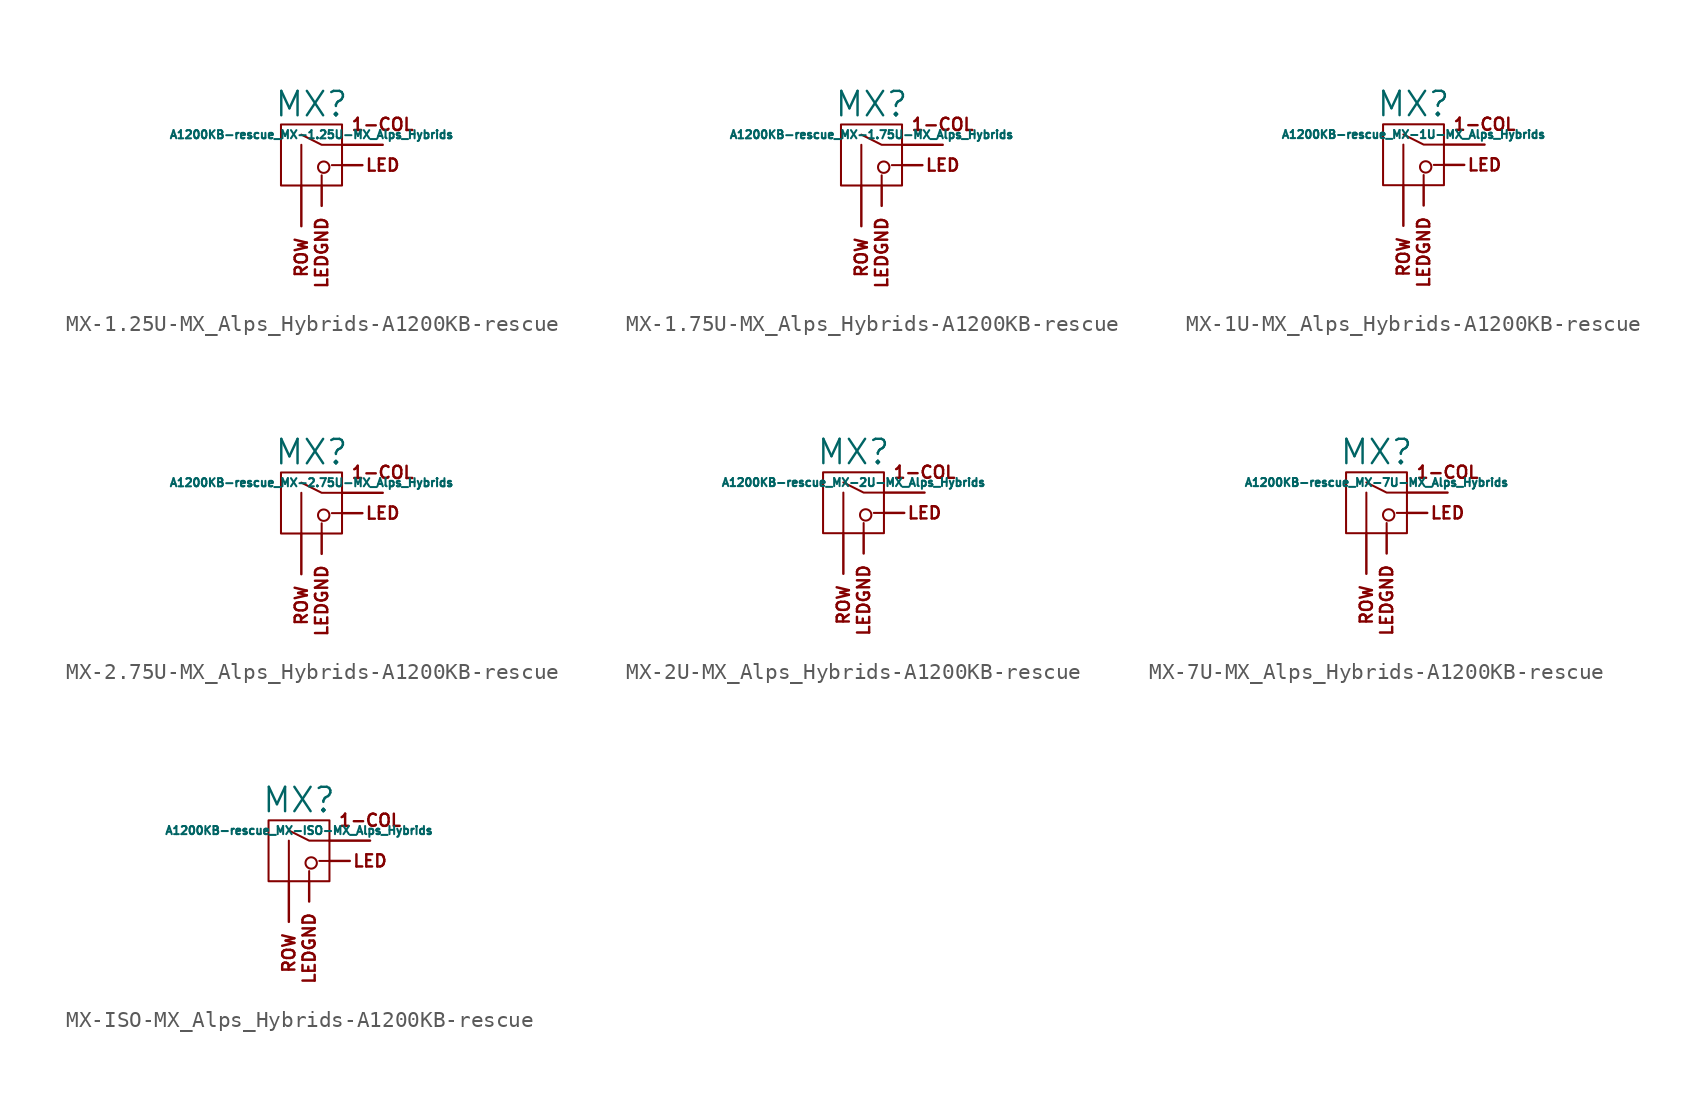
<source format=kicad_sym>
(kicad_symbol_lib
  (version 20220914)
  (generator kicad_symbol_editor)
  (symbol "MX-1.25U-MX_Alps_Hybrids-A1200KB-rescue"
    (pin_names
      (offset 1.016))
    (property "Reference" "MX"
      (at 0 3.175 0)
      (effects (font (size 1.524 1.524))))
    (property "Value" "A1200KB-rescue_MX-1.25U-MX_Alps_Hybrids"
      (at 0 1.27 0)
      (effects (font (size 0.508 0.508))))
    (symbol "MX-1.25U-MX_Alps_Hybrids-A1200KB-rescue_0_0"
      (polyline (pts (xy -0.635 -1.905) (xy -0.635 0.635)) (stroke (width 0.127) (type solid)) (fill (type none)))
      (polyline (pts (xy 0.635 -1.905) (xy 0.635 -1.27)) (stroke (width 0.127) (type solid)) (fill (type none)))
      (polyline (pts (xy 1.905 -0.635) (xy 1.27 -0.635)) (stroke (width 0.127) (type solid)) (fill (type none)))
      (polyline (pts (xy 1.905 0.635) (xy 0.635 0.635) (xy -0.635 1.27)) (stroke (width 0.127) (type solid)) (fill (type none)))
      (circle (center 0.762 -0.762) (radius 0.356) (stroke (width 0.127) (type solid)) (fill (type none)))
      (rectangle (start 1.905 -1.905) (end -1.905 1.905) (stroke (width 0.127) (type solid)) (fill (type none)))
      (text "1-COL" (at 4.445 1.905 0) (effects (font (size 0.762 0.762))))
      (text "LED" (at 4.445 -0.635 0) (effects (font (size 0.762 0.762))))
      (text "ROW" (at -0.635 -5.08 900) (effects (font (size 0.762 0.762)) (justify right))))
    (symbol "MX-1.25U-MX_Alps_Hybrids-A1200KB-rescue_1_0"
      (text "LEDGND" (at 0.635 -3.81 900) (effects (font (size 0.762 0.762)) (justify right))))
    (symbol "MX-1.25U-MX_Alps_Hybrids-A1200KB-rescue_1_1"
      (pin passive line (at 4.445 0.635 180) (length 2.54) (name "COL" (effects (font (size 0 0)))) (number "1" (effects (font (size 0 0)))))
      (pin passive line (at -0.635 -4.445 90) (length 2.54) (name "ROW" (effects (font (size 0 0)))) (number "2" (effects (font (size 0 0)))))
      (pin passive line (at 3.175 -0.635 180) (length 1.27) (name "LED" (effects (font (size 0 0)))) (number "3" (effects (font (size 0 0)))))
      (pin passive line (at 0.635 -3.175 90) (length 1.27) (name "LEDGND" (effects (font (size 0 0)))) (number "4" (effects (font (size 0 0)))))))
  (symbol "MX-1.75U-MX_Alps_Hybrids-A1200KB-rescue"
    (pin_names
      (offset 1.016))
    (property "Reference" "MX"
      (at 0 3.175 0)
      (effects (font (size 1.524 1.524))))
    (property "Value" "A1200KB-rescue_MX-1.75U-MX_Alps_Hybrids"
      (at 0 1.27 0)
      (effects (font (size 0.508 0.508))))
    (symbol "MX-1.75U-MX_Alps_Hybrids-A1200KB-rescue_0_0"
      (polyline (pts (xy -0.635 -1.905) (xy -0.635 0.635)) (stroke (width 0.127) (type solid)) (fill (type none)))
      (polyline (pts (xy 0.635 -1.905) (xy 0.635 -1.27)) (stroke (width 0.127) (type solid)) (fill (type none)))
      (polyline (pts (xy 1.905 -0.635) (xy 1.27 -0.635)) (stroke (width 0.127) (type solid)) (fill (type none)))
      (polyline (pts (xy 1.905 0.635) (xy 0.635 0.635) (xy -0.635 1.27)) (stroke (width 0.127) (type solid)) (fill (type none)))
      (circle (center 0.762 -0.762) (radius 0.356) (stroke (width 0.127) (type solid)) (fill (type none)))
      (rectangle (start 1.905 -1.905) (end -1.905 1.905) (stroke (width 0.127) (type solid)) (fill (type none)))
      (text "1-COL" (at 4.445 1.905 0) (effects (font (size 0.762 0.762))))
      (text "LED" (at 4.445 -0.635 0) (effects (font (size 0.762 0.762))))
      (text "ROW" (at -0.635 -5.08 900) (effects (font (size 0.762 0.762)) (justify right))))
    (symbol "MX-1.75U-MX_Alps_Hybrids-A1200KB-rescue_1_0"
      (text "LEDGND" (at 0.635 -3.81 900) (effects (font (size 0.762 0.762)) (justify right))))
    (symbol "MX-1.75U-MX_Alps_Hybrids-A1200KB-rescue_1_1"
      (pin passive line (at 4.445 0.635 180) (length 2.54) (name "COL" (effects (font (size 0 0)))) (number "1" (effects (font (size 0 0)))))
      (pin passive line (at -0.635 -4.445 90) (length 2.54) (name "ROW" (effects (font (size 0 0)))) (number "2" (effects (font (size 0 0)))))
      (pin passive line (at 3.175 -0.635 180) (length 1.27) (name "LED" (effects (font (size 0 0)))) (number "3" (effects (font (size 0 0)))))
      (pin passive line (at 0.635 -3.175 90) (length 1.27) (name "LEDGND" (effects (font (size 0 0)))) (number "4" (effects (font (size 0 0)))))))
  (symbol "MX-1U-MX_Alps_Hybrids-A1200KB-rescue"
    (pin_names
      (offset 1.016))
    (property "Reference" "MX"
      (at 0 3.175 0)
      (effects (font (size 1.524 1.524))))
    (property "Value" "A1200KB-rescue_MX-1U-MX_Alps_Hybrids"
      (at 0 1.27 0)
      (effects (font (size 0.508 0.508))))
    (symbol "MX-1U-MX_Alps_Hybrids-A1200KB-rescue_0_0"
      (polyline (pts (xy -0.635 -1.905) (xy -0.635 0.635)) (stroke (width 0.127) (type solid)) (fill (type none)))
      (polyline (pts (xy 0.635 -1.905) (xy 0.635 -1.27)) (stroke (width 0.127) (type solid)) (fill (type none)))
      (polyline (pts (xy 1.905 -0.635) (xy 1.27 -0.635)) (stroke (width 0.127) (type solid)) (fill (type none)))
      (polyline (pts (xy 1.905 0.635) (xy 0.635 0.635) (xy -0.635 1.27)) (stroke (width 0.127) (type solid)) (fill (type none)))
      (circle (center 0.762 -0.762) (radius 0.356) (stroke (width 0.127) (type solid)) (fill (type none)))
      (rectangle (start 1.905 -1.905) (end -1.905 1.905) (stroke (width 0.127) (type solid)) (fill (type none)))
      (text "1-COL" (at 4.445 1.905 0) (effects (font (size 0.762 0.762))))
      (text "LED" (at 4.445 -0.635 0) (effects (font (size 0.762 0.762))))
      (text "ROW" (at -0.635 -5.08 900) (effects (font (size 0.762 0.762)) (justify right))))
    (symbol "MX-1U-MX_Alps_Hybrids-A1200KB-rescue_1_0"
      (text "LEDGND" (at 0.635 -3.81 900) (effects (font (size 0.762 0.762)) (justify right))))
    (symbol "MX-1U-MX_Alps_Hybrids-A1200KB-rescue_1_1"
      (pin passive line (at 4.445 0.635 180) (length 2.54) (name "COL" (effects (font (size 0 0)))) (number "1" (effects (font (size 0 0)))))
      (pin passive line (at -0.635 -4.445 90) (length 2.54) (name "ROW" (effects (font (size 0 0)))) (number "2" (effects (font (size 0 0)))))
      (pin passive line (at 3.175 -0.635 180) (length 1.27) (name "LED" (effects (font (size 0 0)))) (number "3" (effects (font (size 0 0)))))
      (pin passive line (at 0.635 -3.175 90) (length 1.27) (name "LEDGND" (effects (font (size 0 0)))) (number "4" (effects (font (size 0 0)))))))
  (symbol "MX-2.75U-MX_Alps_Hybrids-A1200KB-rescue"
    (pin_names
      (offset 1.016))
    (property "Reference" "MX"
      (at 0 3.175 0)
      (effects (font (size 1.524 1.524))))
    (property "Value" "A1200KB-rescue_MX-2.75U-MX_Alps_Hybrids"
      (at 0 1.27 0)
      (effects (font (size 0.508 0.508))))
    (symbol "MX-2.75U-MX_Alps_Hybrids-A1200KB-rescue_0_0"
      (polyline (pts (xy -0.635 -1.905) (xy -0.635 0.635)) (stroke (width 0.127) (type solid)) (fill (type none)))
      (polyline (pts (xy 0.635 -1.905) (xy 0.635 -1.27)) (stroke (width 0.127) (type solid)) (fill (type none)))
      (polyline (pts (xy 1.905 -0.635) (xy 1.27 -0.635)) (stroke (width 0.127) (type solid)) (fill (type none)))
      (polyline (pts (xy 1.905 0.635) (xy 0.635 0.635) (xy -0.635 1.27)) (stroke (width 0.127) (type solid)) (fill (type none)))
      (circle (center 0.762 -0.762) (radius 0.356) (stroke (width 0.127) (type solid)) (fill (type none)))
      (rectangle (start 1.905 -1.905) (end -1.905 1.905) (stroke (width 0.127) (type solid)) (fill (type none)))
      (text "1-COL" (at 4.445 1.905 0) (effects (font (size 0.762 0.762))))
      (text "LED" (at 4.445 -0.635 0) (effects (font (size 0.762 0.762))))
      (text "ROW" (at -0.635 -5.08 900) (effects (font (size 0.762 0.762)) (justify right))))
    (symbol "MX-2.75U-MX_Alps_Hybrids-A1200KB-rescue_1_0"
      (text "LEDGND" (at 0.635 -3.81 900) (effects (font (size 0.762 0.762)) (justify right))))
    (symbol "MX-2.75U-MX_Alps_Hybrids-A1200KB-rescue_1_1"
      (pin passive line (at 4.445 0.635 180) (length 2.54) (name "COL" (effects (font (size 0 0)))) (number "1" (effects (font (size 0 0)))))
      (pin passive line (at -0.635 -4.445 90) (length 2.54) (name "ROW" (effects (font (size 0 0)))) (number "2" (effects (font (size 0 0)))))
      (pin passive line (at 3.175 -0.635 180) (length 1.27) (name "LED" (effects (font (size 0 0)))) (number "3" (effects (font (size 0 0)))))
      (pin passive line (at 0.635 -3.175 90) (length 1.27) (name "LEDGND" (effects (font (size 0 0)))) (number "4" (effects (font (size 0 0)))))))
  (symbol "MX-2U-MX_Alps_Hybrids-A1200KB-rescue"
    (pin_names
      (offset 1.016))
    (property "Reference" "MX"
      (at 0 3.175 0)
      (effects (font (size 1.524 1.524))))
    (property "Value" "A1200KB-rescue_MX-2U-MX_Alps_Hybrids"
      (at 0 1.27 0)
      (effects (font (size 0.508 0.508))))
    (symbol "MX-2U-MX_Alps_Hybrids-A1200KB-rescue_0_0"
      (polyline (pts (xy -0.635 -1.905) (xy -0.635 0.635)) (stroke (width 0.127) (type solid)) (fill (type none)))
      (polyline (pts (xy 0.635 -1.905) (xy 0.635 -1.27)) (stroke (width 0.127) (type solid)) (fill (type none)))
      (polyline (pts (xy 1.905 -0.635) (xy 1.27 -0.635)) (stroke (width 0.127) (type solid)) (fill (type none)))
      (polyline (pts (xy 1.905 0.635) (xy 0.635 0.635) (xy -0.635 1.27)) (stroke (width 0.127) (type solid)) (fill (type none)))
      (circle (center 0.762 -0.762) (radius 0.356) (stroke (width 0.127) (type solid)) (fill (type none)))
      (rectangle (start 1.905 -1.905) (end -1.905 1.905) (stroke (width 0.127) (type solid)) (fill (type none)))
      (text "1-COL" (at 4.445 1.905 0) (effects (font (size 0.762 0.762))))
      (text "LED" (at 4.445 -0.635 0) (effects (font (size 0.762 0.762))))
      (text "ROW" (at -0.635 -5.08 900) (effects (font (size 0.762 0.762)) (justify right))))
    (symbol "MX-2U-MX_Alps_Hybrids-A1200KB-rescue_1_0"
      (text "LEDGND" (at 0.635 -3.81 900) (effects (font (size 0.762 0.762)) (justify right))))
    (symbol "MX-2U-MX_Alps_Hybrids-A1200KB-rescue_1_1"
      (pin passive line (at 4.445 0.635 180) (length 2.54) (name "COL" (effects (font (size 0 0)))) (number "1" (effects (font (size 0 0)))))
      (pin passive line (at -0.635 -4.445 90) (length 2.54) (name "ROW" (effects (font (size 0 0)))) (number "2" (effects (font (size 0 0)))))
      (pin passive line (at 3.175 -0.635 180) (length 1.27) (name "LED" (effects (font (size 0 0)))) (number "3" (effects (font (size 0 0)))))
      (pin passive line (at 0.635 -3.175 90) (length 1.27) (name "LEDGND" (effects (font (size 0 0)))) (number "4" (effects (font (size 0 0)))))))
  (symbol "MX-7U-MX_Alps_Hybrids-A1200KB-rescue"
    (pin_names
      (offset 1.016))
    (property "Reference" "MX"
      (at 0 3.175 0)
      (effects (font (size 1.524 1.524))))
    (property "Value" "A1200KB-rescue_MX-7U-MX_Alps_Hybrids"
      (at 0 1.27 0)
      (effects (font (size 0.508 0.508))))
    (symbol "MX-7U-MX_Alps_Hybrids-A1200KB-rescue_0_0"
      (polyline (pts (xy -0.635 -1.905) (xy -0.635 0.635)) (stroke (width 0.127) (type solid)) (fill (type none)))
      (polyline (pts (xy 0.635 -1.905) (xy 0.635 -1.27)) (stroke (width 0.127) (type solid)) (fill (type none)))
      (polyline (pts (xy 1.905 -0.635) (xy 1.27 -0.635)) (stroke (width 0.127) (type solid)) (fill (type none)))
      (polyline (pts (xy 1.905 0.635) (xy 0.635 0.635) (xy -0.635 1.27)) (stroke (width 0.127) (type solid)) (fill (type none)))
      (circle (center 0.762 -0.762) (radius 0.356) (stroke (width 0.127) (type solid)) (fill (type none)))
      (rectangle (start 1.905 -1.905) (end -1.905 1.905) (stroke (width 0.127) (type solid)) (fill (type none)))
      (text "1-COL" (at 4.445 1.905 0) (effects (font (size 0.762 0.762))))
      (text "LED" (at 4.445 -0.635 0) (effects (font (size 0.762 0.762))))
      (text "ROW" (at -0.635 -5.08 900) (effects (font (size 0.762 0.762)) (justify right))))
    (symbol "MX-7U-MX_Alps_Hybrids-A1200KB-rescue_1_0"
      (text "LEDGND" (at 0.635 -3.81 900) (effects (font (size 0.762 0.762)) (justify right))))
    (symbol "MX-7U-MX_Alps_Hybrids-A1200KB-rescue_1_1"
      (pin passive line (at 4.445 0.635 180) (length 2.54) (name "COL" (effects (font (size 0 0)))) (number "1" (effects (font (size 0 0)))))
      (pin passive line (at -0.635 -4.445 90) (length 2.54) (name "ROW" (effects (font (size 0 0)))) (number "2" (effects (font (size 0 0)))))
      (pin passive line (at 3.175 -0.635 180) (length 1.27) (name "LED" (effects (font (size 0 0)))) (number "3" (effects (font (size 0 0)))))
      (pin passive line (at 0.635 -3.175 90) (length 1.27) (name "LEDGND" (effects (font (size 0 0)))) (number "4" (effects (font (size 0 0)))))))
  (symbol "MX-ISO-MX_Alps_Hybrids-A1200KB-rescue"
    (pin_names
      (offset 1.016))
    (property "Reference" "MX"
      (at 0 3.175 0)
      (effects (font (size 1.524 1.524))))
    (property "Value" "A1200KB-rescue_MX-ISO-MX_Alps_Hybrids"
      (at 0 1.27 0)
      (effects (font (size 0.508 0.508))))
    (symbol "MX-ISO-MX_Alps_Hybrids-A1200KB-rescue_0_0"
      (polyline (pts (xy -0.635 -1.905) (xy -0.635 0.635)) (stroke (width 0.127) (type solid)) (fill (type none)))
      (polyline (pts (xy 0.635 -1.905) (xy 0.635 -1.27)) (stroke (width 0.127) (type solid)) (fill (type none)))
      (polyline (pts (xy 1.905 -0.635) (xy 1.27 -0.635)) (stroke (width 0.127) (type solid)) (fill (type none)))
      (polyline (pts (xy 1.905 0.635) (xy 0.635 0.635) (xy -0.635 1.27)) (stroke (width 0.127) (type solid)) (fill (type none)))
      (circle (center 0.762 -0.762) (radius 0.356) (stroke (width 0.127) (type solid)) (fill (type none)))
      (rectangle (start 1.905 -1.905) (end -1.905 1.905) (stroke (width 0.127) (type solid)) (fill (type none)))
      (text "1-COL" (at 4.445 1.905 0) (effects (font (size 0.762 0.762))))
      (text "LED" (at 4.445 -0.635 0) (effects (font (size 0.762 0.762))))
      (text "ROW" (at -0.635 -5.08 900) (effects (font (size 0.762 0.762)) (justify right))))
    (symbol "MX-ISO-MX_Alps_Hybrids-A1200KB-rescue_1_0"
      (text "LEDGND" (at 0.635 -3.81 900) (effects (font (size 0.762 0.762)) (justify right))))
    (symbol "MX-ISO-MX_Alps_Hybrids-A1200KB-rescue_1_1"
      (pin passive line (at 4.445 0.635 180) (length 2.54) (name "COL" (effects (font (size 0 0)))) (number "1" (effects (font (size 0 0)))))
      (pin passive line (at -0.635 -4.445 90) (length 2.54) (name "ROW" (effects (font (size 0 0)))) (number "2" (effects (font (size 0 0)))))
      (pin passive line (at 3.175 -0.635 180) (length 1.27) (name "LED" (effects (font (size 0 0)))) (number "3" (effects (font (size 0 0)))))
      (pin passive line (at 0.635 -3.175 90) (length 1.27) (name "LEDGND" (effects (font (size 0 0)))) (number "4" (effects (font (size 0 0))))))))
</source>
